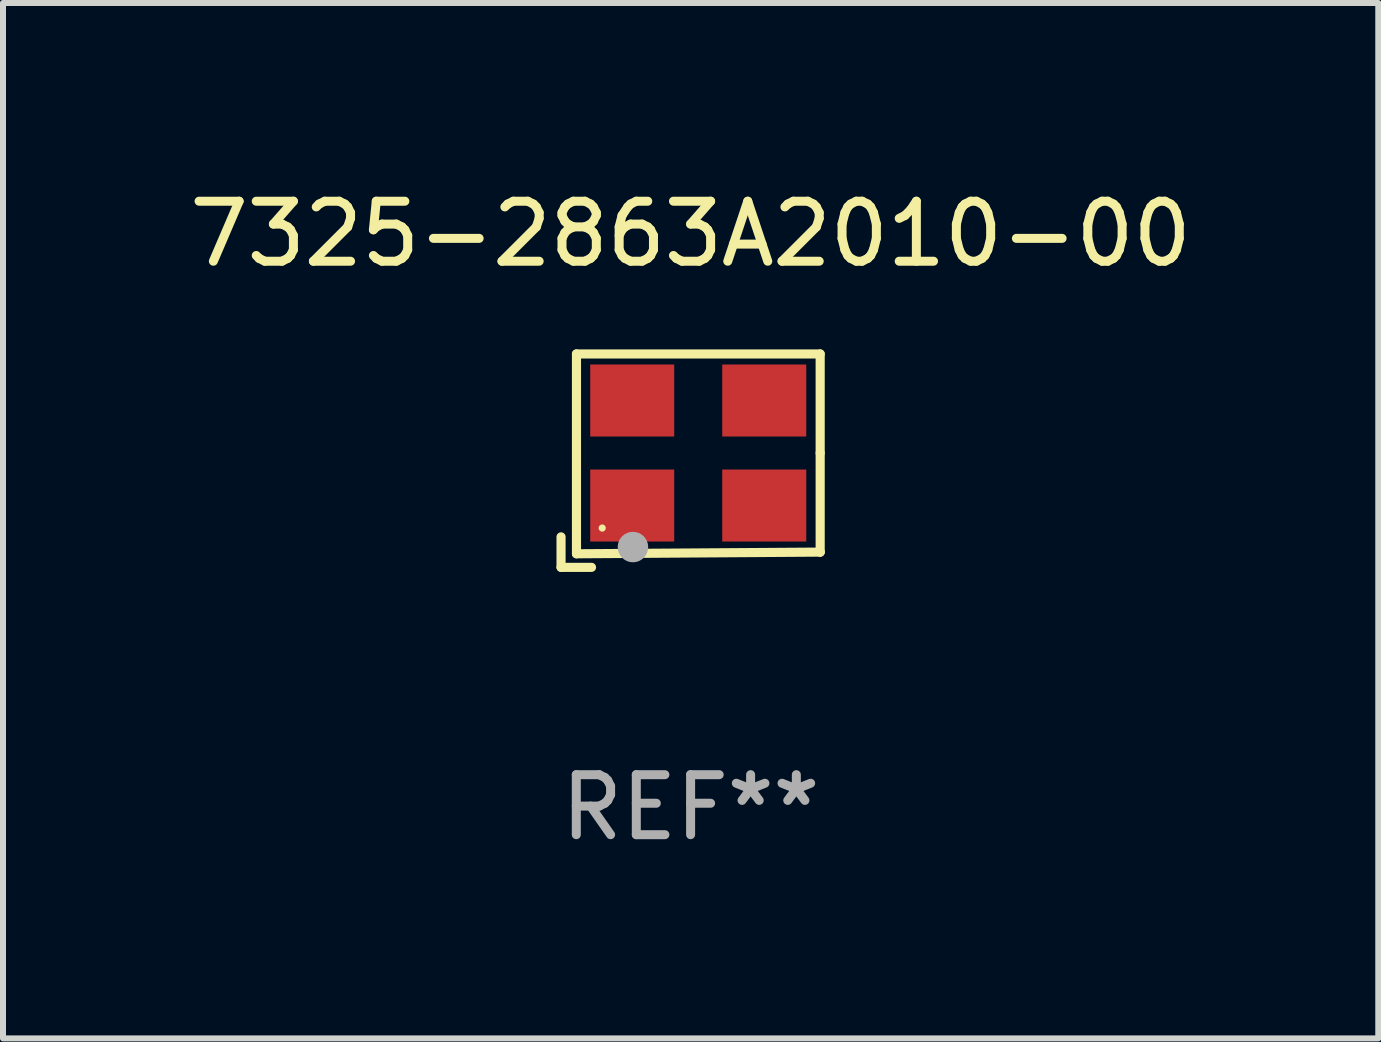
<source format=kicad_pcb>
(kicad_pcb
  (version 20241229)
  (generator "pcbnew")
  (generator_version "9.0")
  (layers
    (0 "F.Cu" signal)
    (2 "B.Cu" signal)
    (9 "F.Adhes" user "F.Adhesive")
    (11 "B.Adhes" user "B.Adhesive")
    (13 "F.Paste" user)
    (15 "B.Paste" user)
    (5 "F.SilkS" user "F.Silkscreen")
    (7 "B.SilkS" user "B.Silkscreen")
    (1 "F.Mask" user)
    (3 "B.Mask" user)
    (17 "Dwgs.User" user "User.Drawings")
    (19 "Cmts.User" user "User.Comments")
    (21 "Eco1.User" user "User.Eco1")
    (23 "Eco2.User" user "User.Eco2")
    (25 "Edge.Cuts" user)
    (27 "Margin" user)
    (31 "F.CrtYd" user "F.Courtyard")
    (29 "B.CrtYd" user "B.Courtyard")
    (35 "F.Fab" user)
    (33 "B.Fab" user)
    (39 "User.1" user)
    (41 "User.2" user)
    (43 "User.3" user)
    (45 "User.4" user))
  (footprint "7325-2863A2010-00"
    (layer "F.Cu")
    (at 8.458 4.626)
    (property "Reference" "7325-2863A2010-00" (at 0 -3.778 0) (layer "F.SilkS") (effects (font (size 1 1) (thickness 0.15))))
    (attr through_hole)
    (fp_line (start -2.159 1.27) (end -2.159 1.778) (stroke (width 0.152) (type solid)) (layer "F.SilkS"))
    (fp_line (start -2.159 1.778) (end -1.651 1.778) (stroke (width 0.152) (type solid)) (layer "F.SilkS"))
    (fp_line (start -1.902 -1.778) (end 2.159 -1.778) (stroke (width 0.152) (type solid)) (layer "F.SilkS"))
    (fp_line (start -1.902 1.552) (end -1.902 -1.778) (stroke (width 0.152) (type solid)) (layer "F.SilkS"))
    (fp_line (start 2.159 -1.778) (end 2.159 -0.127) (stroke (width 0.152) (type solid)) (layer "F.SilkS"))
    (fp_line (start 2.159 -0.127) (end 2.159 1.524) (stroke (width 0.152) (type solid)) (layer "F.SilkS"))
    (fp_line (start 2.159 1.524) (end -1.902 1.552) (stroke (width 0.152) (type solid)) (layer "F.SilkS"))
    (fp_line (start 2.159 1.524) (end 2.159 1.524) (stroke (width 0.152) (type solid)) (layer "F.SilkS"))
    (fp_circle (center -1.473 1.123) (end -1.443 1.123) (stroke (width 0.06) (type solid)) (fill no) (layer "F.SilkS"))
    (fp_circle (center -0.961 1.44) (end -0.834 1.44) (stroke (width 0.254) (type solid)) (fill no) (layer "F.Fab"))
    (fp_text user "REF**" (at 0 5.778 0) (layer "F.Fab") (effects (font (size 1 1) (thickness 0.15))))
    (pad "1" smd rect (at -0.973 0.748) (size 1.4 1.2) (layers "F.Cu" "F.Mask" "F.Paste"))
    (pad "2" smd rect (at 1.227 0.748) (size 1.4 1.2) (layers "F.Cu" "F.Mask" "F.Paste"))
    (pad "3" smd rect (at 1.227 -1.002) (size 1.4 1.2) (layers "F.Cu" "F.Mask" "F.Paste"))
    (pad "4" smd rect (at -0.973 -1.002) (size 1.4 1.2) (layers "F.Cu" "F.Mask" "F.Paste")))
  (gr_rect
    (start -3 -3)
    (end 19.917 14.253)
    (stroke (width 0.1) (type default))
    (fill no)
    (layer "Edge.Cuts")))
</source>
